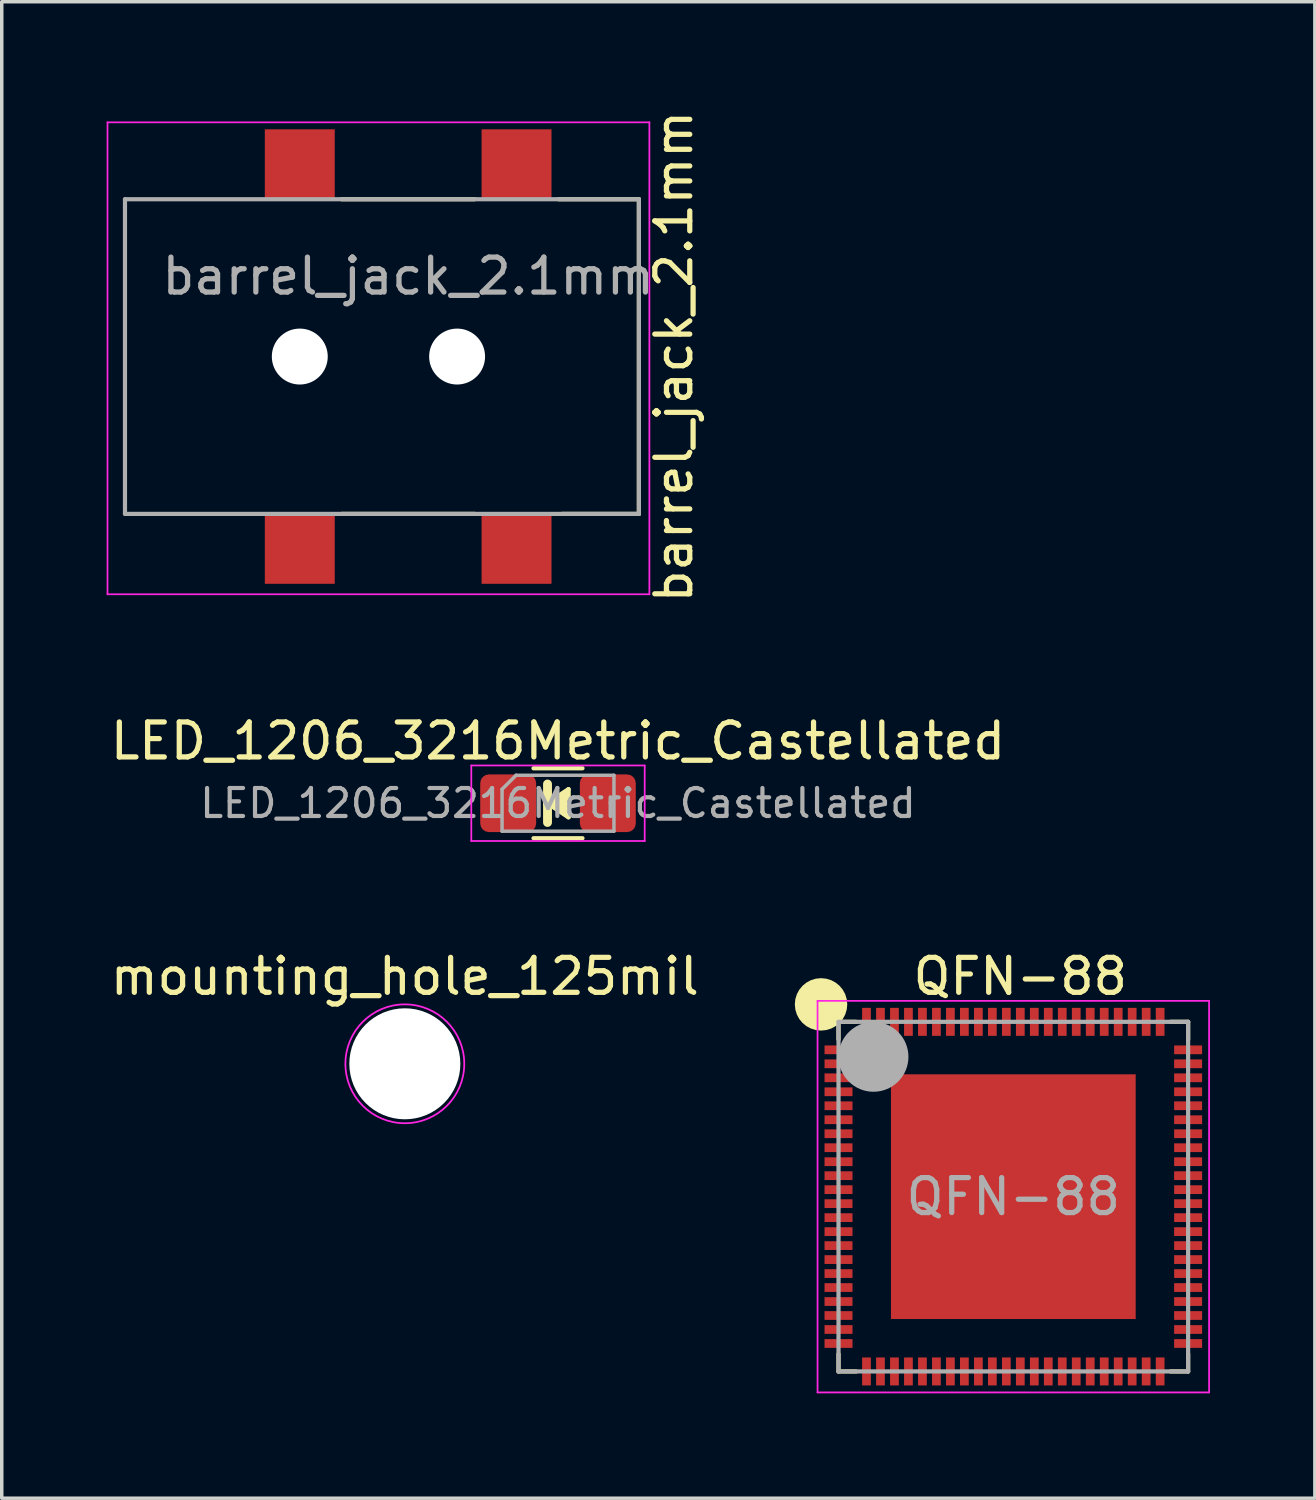
<source format=kicad_pcb>
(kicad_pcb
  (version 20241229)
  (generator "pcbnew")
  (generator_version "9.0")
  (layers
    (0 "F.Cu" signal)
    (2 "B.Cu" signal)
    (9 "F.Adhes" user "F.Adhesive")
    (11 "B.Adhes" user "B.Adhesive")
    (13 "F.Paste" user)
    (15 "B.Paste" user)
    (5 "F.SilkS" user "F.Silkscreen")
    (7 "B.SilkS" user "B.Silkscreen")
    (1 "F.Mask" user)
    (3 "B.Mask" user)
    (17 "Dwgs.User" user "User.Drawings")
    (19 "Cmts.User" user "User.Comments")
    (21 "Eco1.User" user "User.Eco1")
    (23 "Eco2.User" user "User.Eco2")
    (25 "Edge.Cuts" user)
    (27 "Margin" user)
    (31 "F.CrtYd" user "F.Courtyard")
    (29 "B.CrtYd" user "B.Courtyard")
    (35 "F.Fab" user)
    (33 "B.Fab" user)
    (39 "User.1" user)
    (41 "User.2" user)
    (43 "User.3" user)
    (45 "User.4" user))
  (footprint "barrel_jack_2.1mm"
    (layer "F.Cu")
    (at 5.525 7.149)
    (property "Reference" "barrel_jack_2.1mm" (at 10.7 0 90) (layer "F.SilkS") (effects (font (size 1 1) (thickness 0.15))))
    (attr through_hole)
    (fp_line (start 1.2 -4.5) (end 5 -4.5) (stroke (width 0.12) (type solid)) (layer "F.SilkS"))
    (fp_line (start 5 4.5) (end 1.2 4.5) (stroke (width 0.12) (type solid)) (layer "F.SilkS"))
    (fp_line (start 7.4 -4.5) (end 9.7 -4.5) (stroke (width 0.12) (type solid)) (layer "F.SilkS"))
    (fp_line (start 9.7 -4.5) (end 9.7 4.5) (stroke (width 0.12) (type solid)) (layer "F.SilkS"))
    (fp_line (start 9.7 4.5) (end 7.5 4.5) (stroke (width 0.12) (type solid)) (layer "F.SilkS"))
    (fp_line (start -5.5 -6.7) (end 10 -6.7) (stroke (width 0.05) (type solid)) (layer "F.CrtYd"))
    (fp_line (start -5.5 6.8) (end -5.5 -6.7) (stroke (width 0.05) (type solid)) (layer "F.CrtYd"))
    (fp_line (start 10 -6.7) (end 10 6.8) (stroke (width 0.05) (type solid)) (layer "F.CrtYd"))
    (fp_line (start 10 6.8) (end -5.5 6.8) (stroke (width 0.05) (type solid)) (layer "F.CrtYd"))
    (fp_line (start -5 -4.5) (end 9.7 -4.5) (stroke (width 0.12) (type solid)) (layer "F.Fab"))
    (fp_line (start -5 4.5) (end -5 -4.5) (stroke (width 0.12) (type solid)) (layer "F.Fab"))
    (fp_line (start 9.7 -4.5) (end 9.7 4.5) (stroke (width 0.12) (type solid)) (layer "F.Fab"))
    (fp_line (start 9.7 4.5) (end -5 4.5) (stroke (width 0.12) (type solid)) (layer "F.Fab"))
    (fp_text user "${REFERENCE}" (at 3.1 -2.3 0) (layer "F.Fab") (effects (font (size 1 1) (thickness 0.15))))
    (pad "" np_thru_hole circle (at 0 0 180) (size 1.6 1.6) (drill 1.6) (layers "*.Cu" "*.Mask"))
    (pad "" np_thru_hole circle (at 4.5 0 180) (size 1.6 1.6) (drill 1.6) (layers "*.Cu" "*.Mask"))
    (pad "1" smd rect (at 0 -5.5 180) (size 2 2) (layers "F.Cu" "F.Mask" "F.Paste"))
    (pad "1" smd rect (at 6.2 -5.5 180) (size 2 2) (layers "F.Cu" "F.Mask" "F.Paste"))
    (pad "2" smd rect (at 0 5.5 180) (size 2 2) (layers "F.Cu" "F.Mask" "F.Paste"))
    (pad "3" smd rect (at 6.2 5.5 180) (size 2 2) (layers "F.Cu" "F.Mask" "F.Paste")))
  (footprint "LED_1206_3216Metric_Castellated"
    (layer "F.Cu")
    (at 12.911 19.926)
    (property "Reference" "LED_1206_3216Metric_Castellated" (at 0 -1.78 0) (layer "F.SilkS") (effects (font (size 1 1) (thickness 0.15))))
    (attr smd)
    (fp_line (start -0.7 -1) (end 0.7 -1) (stroke (width 0.12) (type solid)) (layer "F.SilkS"))
    (fp_line (start -0.7 1) (end 0.7 1) (stroke (width 0.12) (type solid)) (layer "F.SilkS"))
    (fp_line (start -0.3 0) (end -0.3 -0.55) (stroke (width 0.254) (type solid)) (layer "F.SilkS"))
    (fp_line (start -0.3 0) (end -0.3 0.55) (stroke (width 0.254) (type solid)) (layer "F.SilkS"))
    (fp_line (start -0.3 0) (end 0.3 -0.4) (stroke (width 0.127) (type solid)) (layer "F.SilkS"))
    (fp_line (start 0.3 -0.4) (end 0.3 0.4) (stroke (width 0.127) (type solid)) (layer "F.SilkS"))
    (fp_line (start 0.3 0.4) (end -0.3 0) (stroke (width 0.127) (type solid)) (layer "F.SilkS"))
    (fp_poly (pts (xy 0.3 0.4) (xy -0.3 0) (xy 0.3 -0.4)) (stroke (width 0.1) (type solid)) (fill yes) (layer "F.SilkS"))
    (fp_line (start -2.48 -1.08) (end 2.48 -1.08) (stroke (width 0.05) (type solid)) (layer "F.CrtYd"))
    (fp_line (start -2.48 1.08) (end -2.48 -1.08) (stroke (width 0.05) (type solid)) (layer "F.CrtYd"))
    (fp_line (start 2.48 -1.08) (end 2.48 1.08) (stroke (width 0.05) (type solid)) (layer "F.CrtYd"))
    (fp_line (start 2.48 1.08) (end -2.48 1.08) (stroke (width 0.05) (type solid)) (layer "F.CrtYd"))
    (fp_line (start -1.6 -0.4) (end -1.6 0.8) (stroke (width 0.1) (type solid)) (layer "F.Fab"))
    (fp_line (start -1.6 0.8) (end 1.6 0.8) (stroke (width 0.1) (type solid)) (layer "F.Fab"))
    (fp_line (start -1.2 -0.8) (end -1.6 -0.4) (stroke (width 0.1) (type solid)) (layer "F.Fab"))
    (fp_line (start 1.6 -0.8) (end -1.2 -0.8) (stroke (width 0.1) (type solid)) (layer "F.Fab"))
    (fp_line (start 1.6 0.8) (end 1.6 -0.8) (stroke (width 0.1) (type solid)) (layer "F.Fab"))
    (fp_text user "${REFERENCE}" (at 0 0 0) (layer "F.Fab") (effects (font (size 0.8 0.8) (thickness 0.12))))
    (pad "1" smd roundrect (at -1.425 0) (size 1.6 1.65) (layers "F.Cu" "F.Mask" "F.Paste") (roundrect_rratio 0.156))
    (pad "2" smd roundrect (at 1.425 0) (size 1.6 1.65) (layers "F.Cu" "F.Mask" "F.Paste") (roundrect_rratio 0.156)))
  (footprint "mounting_hole_125mil"
    (layer "F.Cu")
    (at 8.53 27.379)
    (property "Reference" "mounting_hole_125mil" (at 0 -2.5 0) (layer "F.SilkS") (effects (font (size 1 1) (thickness 0.15))))
    (attr through_hole)
    (fp_circle (center 0 0) (end 0 1.7) (stroke (width 0.05) (type solid)) (fill no) (layer "F.CrtYd"))
    (pad "" np_thru_hole circle (at 0 0 180) (size 3.175 3.175) (drill 3.175) (layers "*.Cu" "*.Mask")))
  (footprint "QFN-88"
    (layer "F.Cu")
    (at 25.935 31.179)
    (property "Reference" "QFN-88" (at 0.2 -6.3 0) (layer "F.SilkS") (effects (font (size 1 1) (thickness 0.15))))
    (attr through_hole)
    (fp_line (start -5 -5) (end -4.5 -5) (stroke (width 0.12) (type solid)) (layer "F.SilkS"))
    (fp_line (start -5 -4.5) (end -5 -5) (stroke (width 0.12) (type solid)) (layer "F.SilkS"))
    (fp_line (start -5 5) (end -5 4.5) (stroke (width 0.12) (type solid)) (layer "F.SilkS"))
    (fp_line (start -4.5 5) (end -5 5) (stroke (width 0.12) (type solid)) (layer "F.SilkS"))
    (fp_line (start 4.5 -5) (end 5 -5) (stroke (width 0.12) (type solid)) (layer "F.SilkS"))
    (fp_line (start 5 -5) (end 5 -4.5) (stroke (width 0.12) (type solid)) (layer "F.SilkS"))
    (fp_line (start 5 4.5) (end 5 5) (stroke (width 0.12) (type solid)) (layer "F.SilkS"))
    (fp_line (start 5 5) (end 4.5 5) (stroke (width 0.12) (type solid)) (layer "F.SilkS"))
    (fp_circle (center -5.5 -5.5) (end -5.5 -5.5) (stroke (width 0.75) (type solid)) (fill no) (layer "F.SilkS"))
    (fp_poly (pts (xy -3 -3) (xy -0.6 -3) (xy -0.6 -0.6) (xy -3 -0.6)) (stroke (width 0.1) (type solid)) (fill yes) (layer "F.Paste"))
    (fp_poly (pts (xy -3 3) (xy -3 0.6) (xy -0.6 0.6) (xy -0.6 3)) (stroke (width 0.1) (type solid)) (fill yes) (layer "F.Paste"))
    (fp_poly (pts (xy 3 -3) (xy 3 -0.6) (xy 0.6 -0.6) (xy 0.6 -3)) (stroke (width 0.1) (type solid)) (fill yes) (layer "F.Paste"))
    (fp_poly (pts (xy 3 3) (xy 0.6 3) (xy 0.6 0.6) (xy 3 0.6)) (stroke (width 0.1) (type solid)) (fill yes) (layer "F.Paste"))
    (fp_line (start -5.6 -5.6) (end -5.6 5.6) (stroke (width 0.05) (type solid)) (layer "F.CrtYd"))
    (fp_line (start -5.6 5.6) (end 5.6 5.6) (stroke (width 0.05) (type solid)) (layer "F.CrtYd"))
    (fp_line (start 5.6 -5.6) (end -5.6 -5.6) (stroke (width 0.05) (type solid)) (layer "F.CrtYd"))
    (fp_line (start 5.6 5.6) (end 5.6 -5.6) (stroke (width 0.05) (type solid)) (layer "F.CrtYd"))
    (fp_line (start -5 -5) (end -5 5) (stroke (width 0.12) (type solid)) (layer "F.Fab"))
    (fp_line (start -5 5) (end 5 5) (stroke (width 0.12) (type solid)) (layer "F.Fab"))
    (fp_line (start 5 -5) (end -5 -5) (stroke (width 0.12) (type solid)) (layer "F.Fab"))
    (fp_line (start 5 5) (end 5 -5) (stroke (width 0.12) (type solid)) (layer "F.Fab"))
    (fp_circle (center -4 -4) (end -4 -4) (stroke (width 1) (type solid)) (fill no) (layer "F.Fab"))
    (fp_text user "${REFERENCE}" (at 0 0 0) (layer "F.Fab") (effects (font (size 1 1) (thickness 0.15))))
    (pad "1" smd rect (at -5 -4.2 90) (size 0.25 0.8) (layers "F.Cu" "F.Mask" "F.Paste"))
    (pad "2" smd rect (at -5 -3.8 90) (size 0.25 0.8) (layers "F.Cu" "F.Mask" "F.Paste"))
    (pad "3" smd rect (at -5 -3.4 90) (size 0.25 0.8) (layers "F.Cu" "F.Mask" "F.Paste"))
    (pad "4" smd rect (at -5 -3 90) (size 0.25 0.8) (layers "F.Cu" "F.Mask" "F.Paste"))
    (pad "5" smd rect (at -5 -2.6 90) (size 0.25 0.8) (layers "F.Cu" "F.Mask" "F.Paste"))
    (pad "6" smd rect (at -5 -2.2 90) (size 0.25 0.8) (layers "F.Cu" "F.Mask" "F.Paste"))
    (pad "7" smd rect (at -5 -1.8 90) (size 0.25 0.8) (layers "F.Cu" "F.Mask" "F.Paste"))
    (pad "8" smd rect (at -5 -1.4 90) (size 0.25 0.8) (layers "F.Cu" "F.Mask" "F.Paste"))
    (pad "9" smd rect (at -5 -1 90) (size 0.25 0.8) (layers "F.Cu" "F.Mask" "F.Paste"))
    (pad "10" smd rect (at -5 -0.6 90) (size 0.25 0.8) (layers "F.Cu" "F.Mask" "F.Paste"))
    (pad "11" smd rect (at -5 -0.2 90) (size 0.25 0.8) (layers "F.Cu" "F.Mask" "F.Paste"))
    (pad "12" smd rect (at -5 0.2 90) (size 0.25 0.8) (layers "F.Cu" "F.Mask" "F.Paste"))
    (pad "13" smd rect (at -5 0.6 90) (size 0.25 0.8) (layers "F.Cu" "F.Mask" "F.Paste"))
    (pad "14" smd rect (at -5 1 90) (size 0.25 0.8) (layers "F.Cu" "F.Mask" "F.Paste"))
    (pad "15" smd rect (at -5 1.4 90) (size 0.25 0.8) (layers "F.Cu" "F.Mask" "F.Paste"))
    (pad "16" smd rect (at -5 1.8 90) (size 0.25 0.8) (layers "F.Cu" "F.Mask" "F.Paste"))
    (pad "17" smd rect (at -5 2.2 90) (size 0.25 0.8) (layers "F.Cu" "F.Mask" "F.Paste"))
    (pad "18" smd rect (at -5 2.6 90) (size 0.25 0.8) (layers "F.Cu" "F.Mask" "F.Paste"))
    (pad "19" smd rect (at -5 3 90) (size 0.25 0.8) (layers "F.Cu" "F.Mask" "F.Paste"))
    (pad "20" smd rect (at -5 3.4 90) (size 0.25 0.8) (layers "F.Cu" "F.Mask" "F.Paste"))
    (pad "21" smd rect (at -5 3.8 90) (size 0.25 0.8) (layers "F.Cu" "F.Mask" "F.Paste"))
    (pad "22" smd rect (at -5 4.2 90) (size 0.25 0.8) (layers "F.Cu" "F.Mask" "F.Paste"))
    (pad "23" smd rect (at -4.2 5 180) (size 0.25 0.8) (layers "F.Cu" "F.Mask" "F.Paste"))
    (pad "24" smd rect (at -3.8 5 180) (size 0.25 0.8) (layers "F.Cu" "F.Mask" "F.Paste"))
    (pad "25" smd rect (at -3.4 5 180) (size 0.25 0.8) (layers "F.Cu" "F.Mask" "F.Paste"))
    (pad "26" smd rect (at -3 5 180) (size 0.25 0.8) (layers "F.Cu" "F.Mask" "F.Paste"))
    (pad "27" smd rect (at -2.6 5 180) (size 0.25 0.8) (layers "F.Cu" "F.Mask" "F.Paste"))
    (pad "28" smd rect (at -2.2 5 180) (size 0.25 0.8) (layers "F.Cu" "F.Mask" "F.Paste"))
    (pad "29" smd rect (at -1.8 5 180) (size 0.25 0.8) (layers "F.Cu" "F.Mask" "F.Paste"))
    (pad "30" smd rect (at -1.4 5 180) (size 0.25 0.8) (layers "F.Cu" "F.Mask" "F.Paste"))
    (pad "31" smd rect (at -1 5 180) (size 0.25 0.8) (layers "F.Cu" "F.Mask" "F.Paste"))
    (pad "32" smd rect (at -0.6 5 180) (size 0.25 0.8) (layers "F.Cu" "F.Mask" "F.Paste"))
    (pad "33" smd rect (at -0.2 5 180) (size 0.25 0.8) (layers "F.Cu" "F.Mask" "F.Paste"))
    (pad "34" smd rect (at 0.2 5 180) (size 0.25 0.8) (layers "F.Cu" "F.Mask" "F.Paste"))
    (pad "35" smd rect (at 0.6 5 180) (size 0.25 0.8) (layers "F.Cu" "F.Mask" "F.Paste"))
    (pad "36" smd rect (at 1 5 180) (size 0.25 0.8) (layers "F.Cu" "F.Mask" "F.Paste"))
    (pad "37" smd rect (at 1.4 5 180) (size 0.25 0.8) (layers "F.Cu" "F.Mask" "F.Paste"))
    (pad "38" smd rect (at 1.8 5 180) (size 0.25 0.8) (layers "F.Cu" "F.Mask" "F.Paste"))
    (pad "39" smd rect (at 2.2 5 180) (size 0.25 0.8) (layers "F.Cu" "F.Mask" "F.Paste"))
    (pad "40" smd rect (at 2.6 5 180) (size 0.25 0.8) (layers "F.Cu" "F.Mask" "F.Paste"))
    (pad "41" smd rect (at 3 5 180) (size 0.25 0.8) (layers "F.Cu" "F.Mask" "F.Paste"))
    (pad "42" smd rect (at 3.4 5 180) (size 0.25 0.8) (layers "F.Cu" "F.Mask" "F.Paste"))
    (pad "43" smd rect (at 3.8 5 180) (size 0.25 0.8) (layers "F.Cu" "F.Mask" "F.Paste"))
    (pad "44" smd rect (at 4.2 5 180) (size 0.25 0.8) (layers "F.Cu" "F.Mask" "F.Paste"))
    (pad "45" smd rect (at 5 4.2 270) (size 0.25 0.8) (layers "F.Cu" "F.Mask" "F.Paste"))
    (pad "46" smd rect (at 5 3.8 270) (size 0.25 0.8) (layers "F.Cu" "F.Mask" "F.Paste"))
    (pad "47" smd rect (at 5 3.4 270) (size 0.25 0.8) (layers "F.Cu" "F.Mask" "F.Paste"))
    (pad "48" smd rect (at 5 3 270) (size 0.25 0.8) (layers "F.Cu" "F.Mask" "F.Paste"))
    (pad "49" smd rect (at 5 2.6 270) (size 0.25 0.8) (layers "F.Cu" "F.Mask" "F.Paste"))
    (pad "50" smd rect (at 5 2.2 270) (size 0.25 0.8) (layers "F.Cu" "F.Mask" "F.Paste"))
    (pad "51" smd rect (at 5 1.8 270) (size 0.25 0.8) (layers "F.Cu" "F.Mask" "F.Paste"))
    (pad "52" smd rect (at 5 1.4 270) (size 0.25 0.8) (layers "F.Cu" "F.Mask" "F.Paste"))
    (pad "53" smd rect (at 5 1 270) (size 0.25 0.8) (layers "F.Cu" "F.Mask" "F.Paste"))
    (pad "54" smd rect (at 5 0.6 270) (size 0.25 0.8) (layers "F.Cu" "F.Mask" "F.Paste"))
    (pad "55" smd rect (at 5 0.2 270) (size 0.25 0.8) (layers "F.Cu" "F.Mask" "F.Paste"))
    (pad "56" smd rect (at 5 -0.2 270) (size 0.25 0.8) (layers "F.Cu" "F.Mask" "F.Paste"))
    (pad "57" smd rect (at 5 -0.6 270) (size 0.25 0.8) (layers "F.Cu" "F.Mask" "F.Paste"))
    (pad "58" smd rect (at 5 -1 270) (size 0.25 0.8) (layers "F.Cu" "F.Mask" "F.Paste"))
    (pad "59" smd rect (at 5 -1.4 270) (size 0.25 0.8) (layers "F.Cu" "F.Mask" "F.Paste"))
    (pad "60" smd rect (at 5 -1.8 270) (size 0.25 0.8) (layers "F.Cu" "F.Mask" "F.Paste"))
    (pad "61" smd rect (at 5 -2.2 270) (size 0.25 0.8) (layers "F.Cu" "F.Mask" "F.Paste"))
    (pad "62" smd rect (at 5 -2.6 270) (size 0.25 0.8) (layers "F.Cu" "F.Mask" "F.Paste"))
    (pad "63" smd rect (at 5 -3 270) (size 0.25 0.8) (layers "F.Cu" "F.Mask" "F.Paste"))
    (pad "64" smd rect (at 5 -3.4 270) (size 0.25 0.8) (layers "F.Cu" "F.Mask" "F.Paste"))
    (pad "65" smd rect (at 5 -3.8 270) (size 0.25 0.8) (layers "F.Cu" "F.Mask" "F.Paste"))
    (pad "66" smd rect (at 5 -4.2 270) (size 0.25 0.8) (layers "F.Cu" "F.Mask" "F.Paste"))
    (pad "67" smd rect (at 4.2 -5 180) (size 0.25 0.8) (layers "F.Cu" "F.Mask" "F.Paste"))
    (pad "68" smd rect (at 3.8 -5) (size 0.25 0.8) (layers "F.Cu" "F.Mask" "F.Paste"))
    (pad "69" smd rect (at 3.4 -5) (size 0.25 0.8) (layers "F.Cu" "F.Mask" "F.Paste"))
    (pad "70" smd rect (at 3 -5 180) (size 0.25 0.8) (layers "F.Cu" "F.Mask" "F.Paste"))
    (pad "71" smd rect (at 2.6 -5 180) (size 0.25 0.8) (layers "F.Cu" "F.Mask" "F.Paste"))
    (pad "72" smd rect (at 2.2 -5 180) (size 0.25 0.8) (layers "F.Cu" "F.Mask" "F.Paste"))
    (pad "73" smd rect (at 1.8 -5 180) (size 0.25 0.8) (layers "F.Cu" "F.Mask" "F.Paste"))
    (pad "74" smd rect (at 1.4 -5 180) (size 0.25 0.8) (layers "F.Cu" "F.Mask" "F.Paste"))
    (pad "75" smd rect (at 1 -5 180) (size 0.25 0.8) (layers "F.Cu" "F.Mask" "F.Paste"))
    (pad "76" smd rect (at 0.6 -5 180) (size 0.25 0.8) (layers "F.Cu" "F.Mask" "F.Paste"))
    (pad "77" smd rect (at 0.2 -5 180) (size 0.25 0.8) (layers "F.Cu" "F.Mask" "F.Paste"))
    (pad "78" smd rect (at -0.2 -5 180) (size 0.25 0.8) (layers "F.Cu" "F.Mask" "F.Paste"))
    (pad "79" smd rect (at -0.6 -5 180) (size 0.25 0.8) (layers "F.Cu" "F.Mask" "F.Paste"))
    (pad "80" smd rect (at -1 -5 180) (size 0.25 0.8) (layers "F.Cu" "F.Mask" "F.Paste"))
    (pad "81" smd rect (at -1.4 -5 180) (size 0.25 0.8) (layers "F.Cu" "F.Mask" "F.Paste"))
    (pad "82" smd rect (at -1.8 -5 180) (size 0.25 0.8) (layers "F.Cu" "F.Mask" "F.Paste"))
    (pad "83" smd rect (at -2.2 -5 180) (size 0.25 0.8) (layers "F.Cu" "F.Mask" "F.Paste"))
    (pad "84" smd rect (at -2.6 -5 180) (size 0.25 0.8) (layers "F.Cu" "F.Mask" "F.Paste"))
    (pad "85" smd rect (at -3 -5 180) (size 0.25 0.8) (layers "F.Cu" "F.Mask" "F.Paste"))
    (pad "86" smd rect (at -3.4 -5 180) (size 0.25 0.8) (layers "F.Cu" "F.Mask" "F.Paste"))
    (pad "87" smd rect (at -3.8 -5 180) (size 0.25 0.8) (layers "F.Cu" "F.Mask" "F.Paste"))
    (pad "88" smd rect (at -4.2 -5 180) (size 0.25 0.8) (layers "F.Cu" "F.Mask" "F.Paste"))
    (pad "89" smd rect (at 0 0) (size 7 7) (layers "F.Cu" "F.Mask")))
  (gr_rect
    (start -3 -3)
    (end 34.56 39.804)
    (stroke (width 0.1) (type default))
    (fill no)
    (layer "Edge.Cuts")))
</source>
